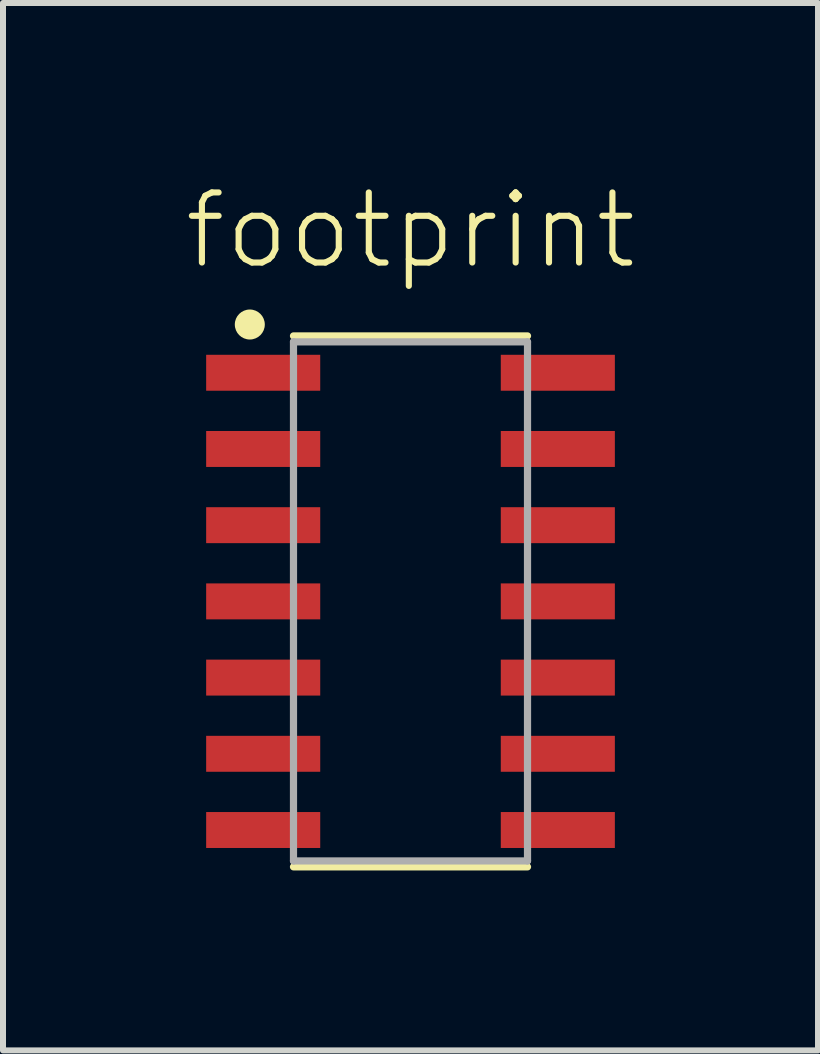
<source format=kicad_pcb>
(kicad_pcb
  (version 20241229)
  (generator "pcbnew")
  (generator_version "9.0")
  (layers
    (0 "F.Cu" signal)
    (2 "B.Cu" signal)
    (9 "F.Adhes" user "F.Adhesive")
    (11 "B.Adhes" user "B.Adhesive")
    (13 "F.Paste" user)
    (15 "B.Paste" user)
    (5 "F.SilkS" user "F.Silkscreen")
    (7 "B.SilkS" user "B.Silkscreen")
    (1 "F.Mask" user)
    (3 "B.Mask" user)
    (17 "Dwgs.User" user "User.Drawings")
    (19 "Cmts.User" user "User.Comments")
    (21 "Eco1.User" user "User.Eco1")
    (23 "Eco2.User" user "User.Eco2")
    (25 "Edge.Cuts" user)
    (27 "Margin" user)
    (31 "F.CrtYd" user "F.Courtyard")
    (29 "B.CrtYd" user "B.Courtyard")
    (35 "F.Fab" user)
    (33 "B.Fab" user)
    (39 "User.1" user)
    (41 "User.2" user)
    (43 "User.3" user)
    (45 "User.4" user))
  (footprint "footprint"
    (layer "F.Cu")
    (at 3.791 6.972)
    (property "Reference" "footprint" (at 0 -5.499 0) (layer "F.SilkS") (effects (font (size 1.168 1.168) (thickness 0.102)) (justify bottom)))
    (fp_line (start -1.95 -4.424) (end 1.95 -4.424) (stroke (width 0.12) (type solid)) (layer "F.SilkS"))
    (fp_line (start -1.95 4.424) (end 1.95 4.424) (stroke (width 0.12) (type solid)) (layer "F.SilkS"))
    (fp_circle (center -2.678 -4.614) (end -2.553 -4.614) (stroke (width 0.25) (type solid)) (fill yes) (layer "F.SilkS"))
    (fp_line (start -1.95 -4.325) (end 1.95 -4.325) (stroke (width 0.12) (type solid)) (layer "F.Fab"))
    (fp_line (start -1.95 4.325) (end -1.95 -4.325) (stroke (width 0.12) (type solid)) (layer "F.Fab"))
    (fp_line (start 1.95 -4.325) (end 1.95 4.325) (stroke (width 0.12) (type solid)) (layer "F.Fab"))
    (fp_line (start 1.95 4.325) (end -1.95 4.325) (stroke (width 0.12) (type solid)) (layer "F.Fab"))
    (pad "1" smd rect (at -2.455 -3.81) (size 1.901 0.599) (layers "F.Cu" "F.Mask" "F.Paste"))
    (pad "2" smd rect (at -2.455 -2.54) (size 1.901 0.599) (layers "F.Cu" "F.Mask" "F.Paste"))
    (pad "3" smd rect (at -2.455 -1.27) (size 1.901 0.599) (layers "F.Cu" "F.Mask" "F.Paste"))
    (pad "4" smd rect (at -2.455 0) (size 1.901 0.599) (layers "F.Cu" "F.Mask" "F.Paste"))
    (pad "5" smd rect (at -2.455 1.27) (size 1.901 0.599) (layers "F.Cu" "F.Mask" "F.Paste"))
    (pad "6" smd rect (at -2.455 2.54) (size 1.901 0.599) (layers "F.Cu" "F.Mask" "F.Paste"))
    (pad "7" smd rect (at -2.455 3.81) (size 1.901 0.599) (layers "F.Cu" "F.Mask" "F.Paste"))
    (pad "8" smd rect (at 2.455 3.81) (size 1.901 0.599) (layers "F.Cu" "F.Mask" "F.Paste"))
    (pad "9" smd rect (at 2.455 2.54) (size 1.901 0.599) (layers "F.Cu" "F.Mask" "F.Paste"))
    (pad "10" smd rect (at 2.455 1.27) (size 1.901 0.599) (layers "F.Cu" "F.Mask" "F.Paste"))
    (pad "11" smd rect (at 2.455 0) (size 1.901 0.599) (layers "F.Cu" "F.Mask" "F.Paste"))
    (pad "12" smd rect (at 2.455 -1.27) (size 1.901 0.599) (layers "F.Cu" "F.Mask" "F.Paste"))
    (pad "13" smd rect (at 2.455 -2.54) (size 1.901 0.599) (layers "F.Cu" "F.Mask" "F.Paste"))
    (pad "14" smd rect (at 2.455 -3.81) (size 1.901 0.599) (layers "F.Cu" "F.Mask" "F.Paste")))
  (gr_rect
    (start -3 -3)
    (end 10.582 14.455)
    (stroke (width 0.1) (type default))
    (fill no)
    (layer "Edge.Cuts")))
</source>
